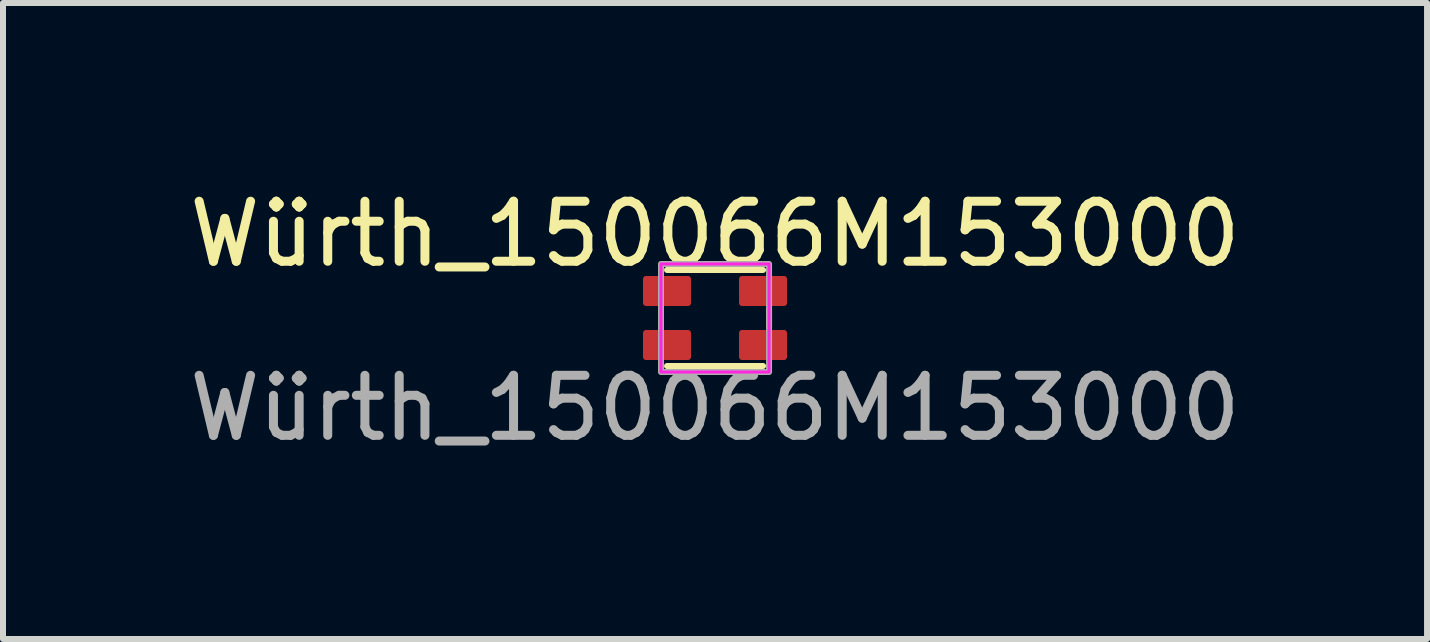
<source format=kicad_pcb>
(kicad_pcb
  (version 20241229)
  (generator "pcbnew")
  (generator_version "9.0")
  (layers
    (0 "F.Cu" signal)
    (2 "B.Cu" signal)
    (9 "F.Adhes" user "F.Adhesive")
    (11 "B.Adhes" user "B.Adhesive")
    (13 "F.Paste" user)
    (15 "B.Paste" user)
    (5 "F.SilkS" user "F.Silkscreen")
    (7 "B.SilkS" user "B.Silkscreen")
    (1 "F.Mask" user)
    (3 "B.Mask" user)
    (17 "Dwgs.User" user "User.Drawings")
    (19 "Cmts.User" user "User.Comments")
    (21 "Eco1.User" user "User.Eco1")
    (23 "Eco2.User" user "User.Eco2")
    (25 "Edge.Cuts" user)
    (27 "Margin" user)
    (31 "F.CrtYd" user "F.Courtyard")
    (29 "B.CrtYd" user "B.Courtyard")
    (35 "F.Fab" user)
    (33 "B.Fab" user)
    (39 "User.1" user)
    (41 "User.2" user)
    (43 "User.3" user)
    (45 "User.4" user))
  (footprint "Würth_150066M153000"
    (layer "F.Cu")
    (at 8.863 2.248)
    (property "Reference" "Würth_150066M153000" (at 0 -1.4 0) (unlocked yes) (layer "F.SilkS") (effects (font (size 1 1) (thickness 0.15))))
    (attr smd)
    (fp_line (start -0.8 -0.8) (end 0.8 -0.8) (stroke (width 0.1) (type default)) (layer "F.SilkS"))
    (fp_line (start -0.8 0.8) (end 0.8 0.8) (stroke (width 0.1) (type default)) (layer "F.SilkS"))
    (fp_line (start 0.9 -0.15) (end 0.9 0.15) (stroke (width 0.1) (type default)) (layer "F.SilkS"))
    (fp_rect (start -0.9 -0.9) (end 0.9 0.9) (stroke (width 0.05) (type default)) (fill no) (layer "F.CrtYd"))
    (fp_rect (start -0.9 -0.9) (end 0.9 0.9) (stroke (width 0.1) (type default)) (fill no) (layer "F.Fab"))
    (fp_text user "${REFERENCE}" (at 0 1.5 0) (unlocked yes) (layer "F.Fab") (effects (font (size 1 1) (thickness 0.15))))
    (pad "1" smd roundrect (at -0.8 0.45) (size 0.8 0.5) (layers "F.Cu" "F.Mask" "F.Paste") (roundrect_rratio 0.1))
    (pad "2" smd roundrect (at -0.8 -0.45) (size 0.8 0.5) (layers "F.Cu" "F.Mask" "F.Paste") (roundrect_rratio 0.1))
    (pad "3" smd roundrect (at 0.8 -0.45) (size 0.8 0.5) (layers "F.Cu" "F.Mask" "F.Paste") (roundrect_rratio 0.1))
    (pad "4" smd roundrect (at 0.8 0.45) (size 0.8 0.5) (layers "F.Cu" "F.Mask" "F.Paste") (roundrect_rratio 0.1)))
  (gr_rect
    (start -3 -3)
    (end 20.726 7.596)
    (stroke (width 0.1) (type default))
    (fill no)
    (layer "Edge.Cuts")))
</source>
